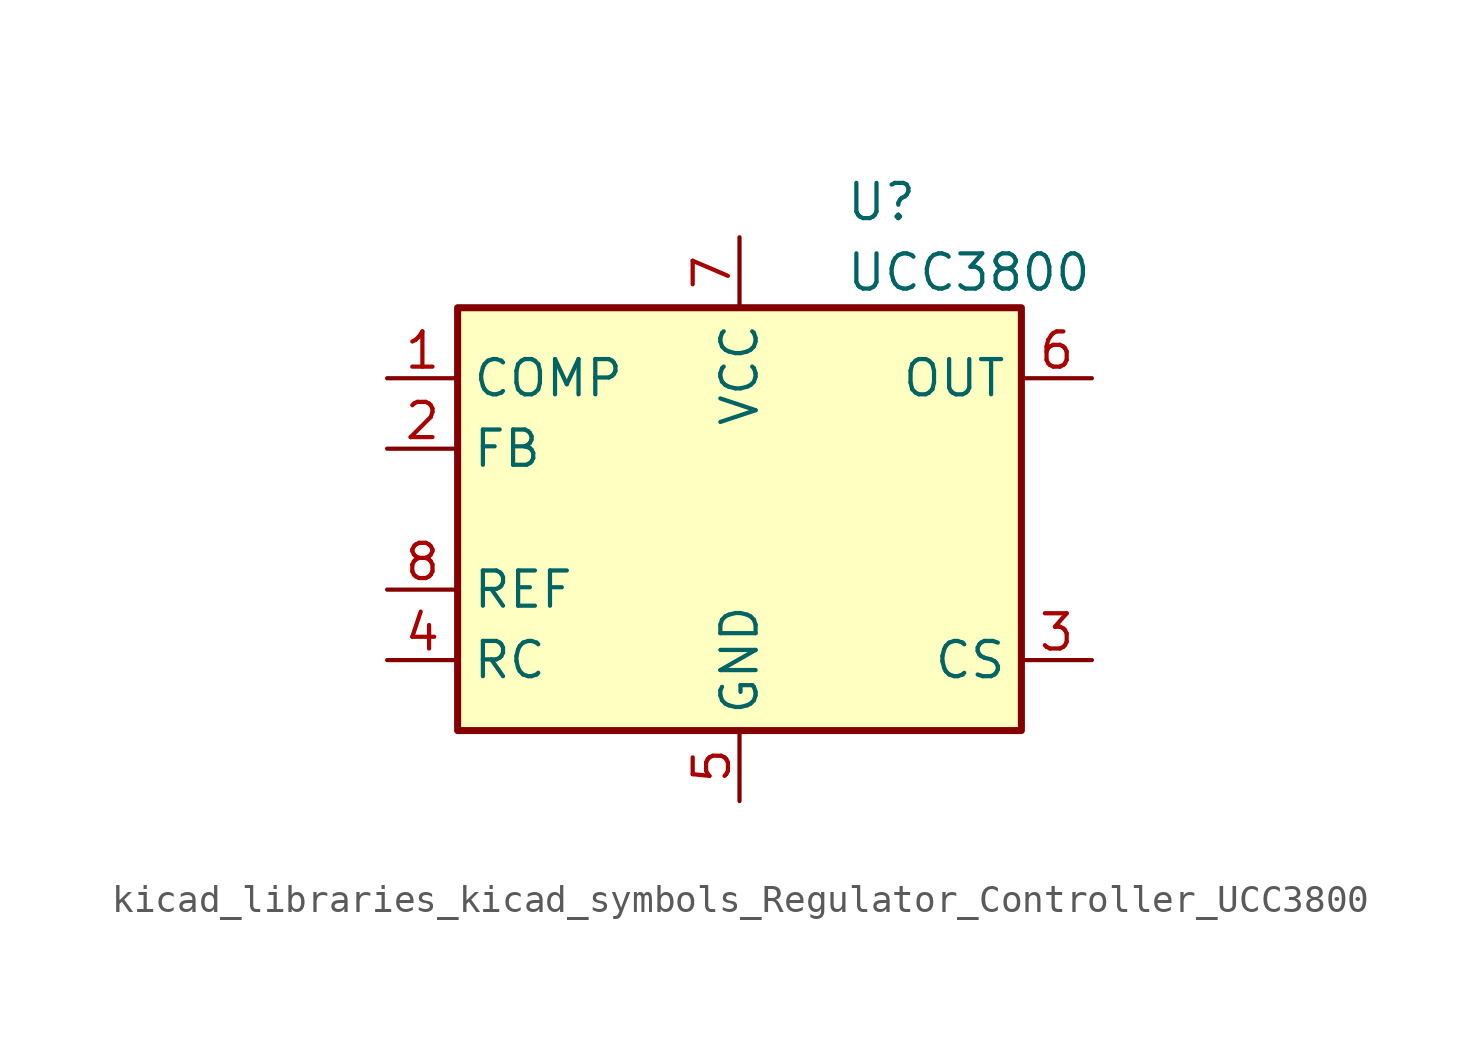
<source format=kicad_sym>
(kicad_symbol_lib
  (version 20220914)
  (generator kicad_symbol_editor)
  (symbol "kicad_libraries_kicad_symbols_Regulator_Controller_UCC3800"
    (property "Reference" "U"
      (at 3.81 11.43 0)
      (effects (font (size 1.27 1.27)) (justify left)))
    (property "Value" "UCC3800"
      (at 3.81 8.89 0)
      (effects (font (size 1.27 1.27)) (justify left)))
    (symbol "kicad_libraries_kicad_symbols_Regulator_Controller_UCC3800_0_1"
      (rectangle (start -10.16 -7.62) (end 10.16 7.62) (stroke (width 0.254) (type default)) (fill (type background))))
    (symbol "kicad_libraries_kicad_symbols_Regulator_Controller_UCC3800_1_1"
      (pin passive line (at -12.7 5.08 0) (length 2.54) (name "COMP" (effects (font (size 1.27 1.27)))) (number "1" (effects (font (size 1.27 1.27)))))
      (pin input line (at -12.7 2.54 0) (length 2.54) (name "FB" (effects (font (size 1.27 1.27)))) (number "2" (effects (font (size 1.27 1.27)))))
      (pin input line (at 12.7 -5.08 180) (length 2.54) (name "CS" (effects (font (size 1.27 1.27)))) (number "3" (effects (font (size 1.27 1.27)))))
      (pin passive line (at -12.7 -5.08 0) (length 2.54) (name "RC" (effects (font (size 1.27 1.27)))) (number "4" (effects (font (size 1.27 1.27)))))
      (pin power_in line (at 0 -10.16 90) (length 2.54) (name "GND" (effects (font (size 1.27 1.27)))) (number "5" (effects (font (size 1.27 1.27)))))
      (pin output line (at 12.7 5.08 180) (length 2.54) (name "OUT" (effects (font (size 1.27 1.27)))) (number "6" (effects (font (size 1.27 1.27)))))
      (pin power_in line (at 0 10.16 270) (length 2.54) (name "VCC" (effects (font (size 1.27 1.27)))) (number "7" (effects (font (size 1.27 1.27)))))
      (pin power_in line (at -12.7 -2.54 0) (length 2.54) (name "REF" (effects (font (size 1.27 1.27)))) (number "8" (effects (font (size 1.27 1.27))))))))
</source>
